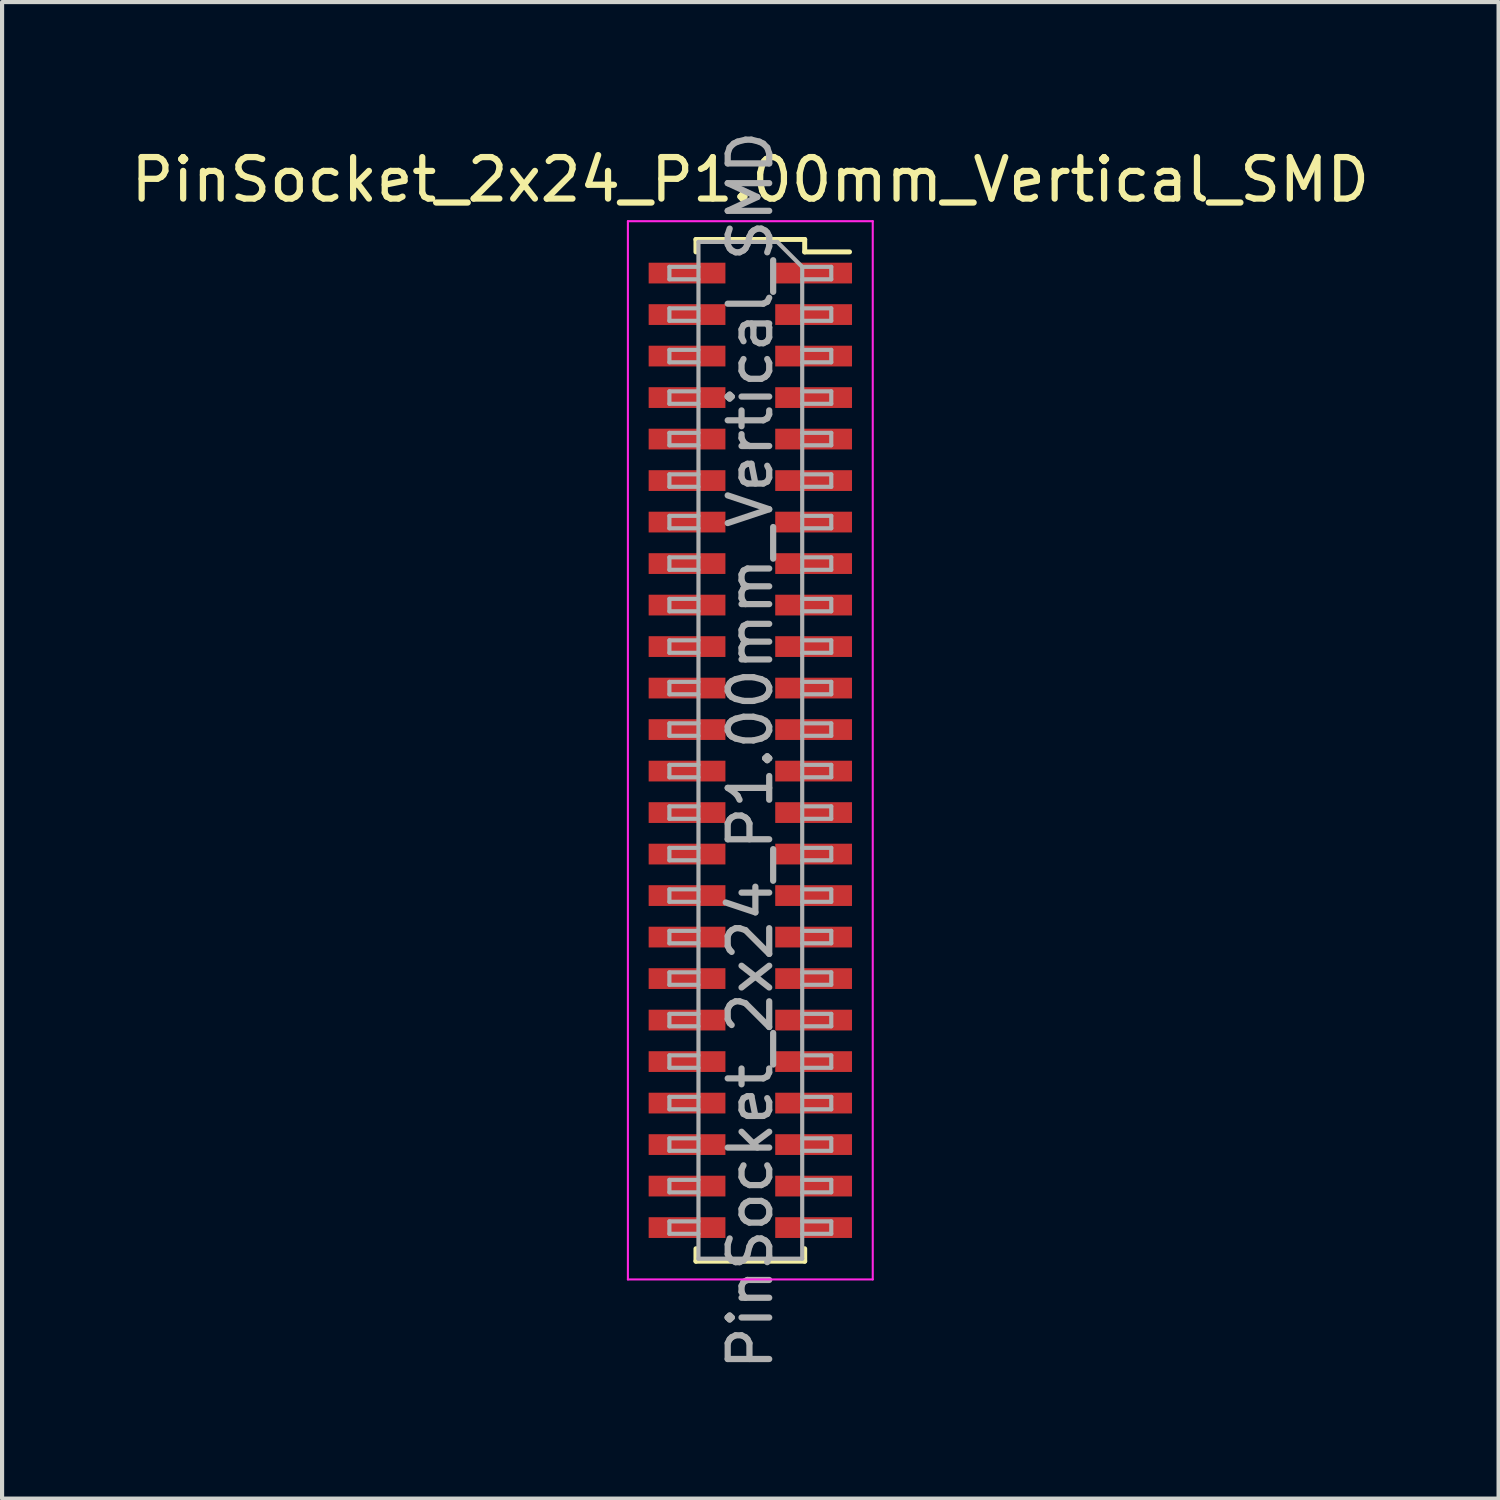
<source format=kicad_pcb>
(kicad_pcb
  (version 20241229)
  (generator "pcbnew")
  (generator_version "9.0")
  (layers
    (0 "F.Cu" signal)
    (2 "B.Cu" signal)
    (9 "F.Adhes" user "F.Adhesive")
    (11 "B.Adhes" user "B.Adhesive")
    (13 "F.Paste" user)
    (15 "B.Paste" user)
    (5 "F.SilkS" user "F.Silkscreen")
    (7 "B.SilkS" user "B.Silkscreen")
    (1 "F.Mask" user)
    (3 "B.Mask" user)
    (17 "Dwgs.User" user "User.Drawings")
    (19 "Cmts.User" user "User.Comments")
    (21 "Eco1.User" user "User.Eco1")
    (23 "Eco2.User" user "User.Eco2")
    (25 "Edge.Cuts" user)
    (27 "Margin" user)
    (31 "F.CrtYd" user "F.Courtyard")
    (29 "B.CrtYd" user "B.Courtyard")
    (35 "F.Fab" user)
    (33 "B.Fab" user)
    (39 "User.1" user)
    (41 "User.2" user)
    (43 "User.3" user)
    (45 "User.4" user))
  (footprint "PinSocket_2x24_P1.00mm_Vertical_SMD"
    (layer "F.Cu")
    (at 15.03 15.03)
    (property "Reference" "PinSocket_2x24_P1.00mm_Vertical_SMD" (at 0 -13.75 0) (layer "F.SilkS") (effects (font (size 1 1) (thickness 0.15))))
    (attr smd)
    (fp_line (start -1.31 -12.31) (end -1.31 -12.01) (stroke (width 0.12) (type solid)) (layer "F.SilkS"))
    (fp_line (start -1.31 -12.31) (end 1.31 -12.31) (stroke (width 0.12) (type solid)) (layer "F.SilkS"))
    (fp_line (start -1.31 12.01) (end -1.31 12.31) (stroke (width 0.12) (type solid)) (layer "F.SilkS"))
    (fp_line (start -1.31 12.31) (end 1.31 12.31) (stroke (width 0.12) (type solid)) (layer "F.SilkS"))
    (fp_line (start 1.31 -12.31) (end 1.31 -12.01) (stroke (width 0.12) (type solid)) (layer "F.SilkS"))
    (fp_line (start 1.31 -12.01) (end 2.39 -12.01) (stroke (width 0.12) (type solid)) (layer "F.SilkS"))
    (fp_line (start 1.31 12.01) (end 1.31 12.31) (stroke (width 0.12) (type solid)) (layer "F.SilkS"))
    (fp_line (start -2.95 -12.75) (end 2.95 -12.75) (stroke (width 0.05) (type solid)) (layer "F.CrtYd"))
    (fp_line (start -2.95 12.75) (end -2.95 -12.75) (stroke (width 0.05) (type solid)) (layer "F.CrtYd"))
    (fp_line (start 2.95 -12.75) (end 2.95 12.75) (stroke (width 0.05) (type solid)) (layer "F.CrtYd"))
    (fp_line (start 2.95 12.75) (end -2.95 12.75) (stroke (width 0.05) (type solid)) (layer "F.CrtYd"))
    (fp_line (start -1.95 -11.65) (end -1.25 -11.65) (stroke (width 0.1) (type solid)) (layer "F.Fab"))
    (fp_line (start -1.95 -11.35) (end -1.95 -11.65) (stroke (width 0.1) (type solid)) (layer "F.Fab"))
    (fp_line (start -1.95 -10.65) (end -1.25 -10.65) (stroke (width 0.1) (type solid)) (layer "F.Fab"))
    (fp_line (start -1.95 -10.35) (end -1.95 -10.65) (stroke (width 0.1) (type solid)) (layer "F.Fab"))
    (fp_line (start -1.95 -9.65) (end -1.25 -9.65) (stroke (width 0.1) (type solid)) (layer "F.Fab"))
    (fp_line (start -1.95 -9.35) (end -1.95 -9.65) (stroke (width 0.1) (type solid)) (layer "F.Fab"))
    (fp_line (start -1.95 -8.65) (end -1.25 -8.65) (stroke (width 0.1) (type solid)) (layer "F.Fab"))
    (fp_line (start -1.95 -8.35) (end -1.95 -8.65) (stroke (width 0.1) (type solid)) (layer "F.Fab"))
    (fp_line (start -1.95 -7.65) (end -1.25 -7.65) (stroke (width 0.1) (type solid)) (layer "F.Fab"))
    (fp_line (start -1.95 -7.35) (end -1.95 -7.65) (stroke (width 0.1) (type solid)) (layer "F.Fab"))
    (fp_line (start -1.95 -6.65) (end -1.25 -6.65) (stroke (width 0.1) (type solid)) (layer "F.Fab"))
    (fp_line (start -1.95 -6.35) (end -1.95 -6.65) (stroke (width 0.1) (type solid)) (layer "F.Fab"))
    (fp_line (start -1.95 -5.65) (end -1.25 -5.65) (stroke (width 0.1) (type solid)) (layer "F.Fab"))
    (fp_line (start -1.95 -5.35) (end -1.95 -5.65) (stroke (width 0.1) (type solid)) (layer "F.Fab"))
    (fp_line (start -1.95 -4.65) (end -1.25 -4.65) (stroke (width 0.1) (type solid)) (layer "F.Fab"))
    (fp_line (start -1.95 -4.35) (end -1.95 -4.65) (stroke (width 0.1) (type solid)) (layer "F.Fab"))
    (fp_line (start -1.95 -3.65) (end -1.25 -3.65) (stroke (width 0.1) (type solid)) (layer "F.Fab"))
    (fp_line (start -1.95 -3.35) (end -1.95 -3.65) (stroke (width 0.1) (type solid)) (layer "F.Fab"))
    (fp_line (start -1.95 -2.65) (end -1.25 -2.65) (stroke (width 0.1) (type solid)) (layer "F.Fab"))
    (fp_line (start -1.95 -2.35) (end -1.95 -2.65) (stroke (width 0.1) (type solid)) (layer "F.Fab"))
    (fp_line (start -1.95 -1.65) (end -1.25 -1.65) (stroke (width 0.1) (type solid)) (layer "F.Fab"))
    (fp_line (start -1.95 -1.35) (end -1.95 -1.65) (stroke (width 0.1) (type solid)) (layer "F.Fab"))
    (fp_line (start -1.95 -0.65) (end -1.25 -0.65) (stroke (width 0.1) (type solid)) (layer "F.Fab"))
    (fp_line (start -1.95 -0.35) (end -1.95 -0.65) (stroke (width 0.1) (type solid)) (layer "F.Fab"))
    (fp_line (start -1.95 0.35) (end -1.25 0.35) (stroke (width 0.1) (type solid)) (layer "F.Fab"))
    (fp_line (start -1.95 0.65) (end -1.95 0.35) (stroke (width 0.1) (type solid)) (layer "F.Fab"))
    (fp_line (start -1.95 1.35) (end -1.25 1.35) (stroke (width 0.1) (type solid)) (layer "F.Fab"))
    (fp_line (start -1.95 1.65) (end -1.95 1.35) (stroke (width 0.1) (type solid)) (layer "F.Fab"))
    (fp_line (start -1.95 2.35) (end -1.25 2.35) (stroke (width 0.1) (type solid)) (layer "F.Fab"))
    (fp_line (start -1.95 2.65) (end -1.95 2.35) (stroke (width 0.1) (type solid)) (layer "F.Fab"))
    (fp_line (start -1.95 3.35) (end -1.25 3.35) (stroke (width 0.1) (type solid)) (layer "F.Fab"))
    (fp_line (start -1.95 3.65) (end -1.95 3.35) (stroke (width 0.1) (type solid)) (layer "F.Fab"))
    (fp_line (start -1.95 4.35) (end -1.25 4.35) (stroke (width 0.1) (type solid)) (layer "F.Fab"))
    (fp_line (start -1.95 4.65) (end -1.95 4.35) (stroke (width 0.1) (type solid)) (layer "F.Fab"))
    (fp_line (start -1.95 5.35) (end -1.25 5.35) (stroke (width 0.1) (type solid)) (layer "F.Fab"))
    (fp_line (start -1.95 5.65) (end -1.95 5.35) (stroke (width 0.1) (type solid)) (layer "F.Fab"))
    (fp_line (start -1.95 6.35) (end -1.25 6.35) (stroke (width 0.1) (type solid)) (layer "F.Fab"))
    (fp_line (start -1.95 6.65) (end -1.95 6.35) (stroke (width 0.1) (type solid)) (layer "F.Fab"))
    (fp_line (start -1.95 7.35) (end -1.25 7.35) (stroke (width 0.1) (type solid)) (layer "F.Fab"))
    (fp_line (start -1.95 7.65) (end -1.95 7.35) (stroke (width 0.1) (type solid)) (layer "F.Fab"))
    (fp_line (start -1.95 8.35) (end -1.25 8.35) (stroke (width 0.1) (type solid)) (layer "F.Fab"))
    (fp_line (start -1.95 8.65) (end -1.95 8.35) (stroke (width 0.1) (type solid)) (layer "F.Fab"))
    (fp_line (start -1.95 9.35) (end -1.25 9.35) (stroke (width 0.1) (type solid)) (layer "F.Fab"))
    (fp_line (start -1.95 9.65) (end -1.95 9.35) (stroke (width 0.1) (type solid)) (layer "F.Fab"))
    (fp_line (start -1.95 10.35) (end -1.25 10.35) (stroke (width 0.1) (type solid)) (layer "F.Fab"))
    (fp_line (start -1.95 10.65) (end -1.95 10.35) (stroke (width 0.1) (type solid)) (layer "F.Fab"))
    (fp_line (start -1.95 11.35) (end -1.25 11.35) (stroke (width 0.1) (type solid)) (layer "F.Fab"))
    (fp_line (start -1.95 11.65) (end -1.95 11.35) (stroke (width 0.1) (type solid)) (layer "F.Fab"))
    (fp_line (start -1.25 -12.25) (end 0.65 -12.25) (stroke (width 0.1) (type solid)) (layer "F.Fab"))
    (fp_line (start -1.25 -11.35) (end -1.95 -11.35) (stroke (width 0.1) (type solid)) (layer "F.Fab"))
    (fp_line (start -1.25 -10.35) (end -1.95 -10.35) (stroke (width 0.1) (type solid)) (layer "F.Fab"))
    (fp_line (start -1.25 -9.35) (end -1.95 -9.35) (stroke (width 0.1) (type solid)) (layer "F.Fab"))
    (fp_line (start -1.25 -8.35) (end -1.95 -8.35) (stroke (width 0.1) (type solid)) (layer "F.Fab"))
    (fp_line (start -1.25 -7.35) (end -1.95 -7.35) (stroke (width 0.1) (type solid)) (layer "F.Fab"))
    (fp_line (start -1.25 -6.35) (end -1.95 -6.35) (stroke (width 0.1) (type solid)) (layer "F.Fab"))
    (fp_line (start -1.25 -5.35) (end -1.95 -5.35) (stroke (width 0.1) (type solid)) (layer "F.Fab"))
    (fp_line (start -1.25 -4.35) (end -1.95 -4.35) (stroke (width 0.1) (type solid)) (layer "F.Fab"))
    (fp_line (start -1.25 -3.35) (end -1.95 -3.35) (stroke (width 0.1) (type solid)) (layer "F.Fab"))
    (fp_line (start -1.25 -2.35) (end -1.95 -2.35) (stroke (width 0.1) (type solid)) (layer "F.Fab"))
    (fp_line (start -1.25 -1.35) (end -1.95 -1.35) (stroke (width 0.1) (type solid)) (layer "F.Fab"))
    (fp_line (start -1.25 -0.35) (end -1.95 -0.35) (stroke (width 0.1) (type solid)) (layer "F.Fab"))
    (fp_line (start -1.25 0.65) (end -1.95 0.65) (stroke (width 0.1) (type solid)) (layer "F.Fab"))
    (fp_line (start -1.25 1.65) (end -1.95 1.65) (stroke (width 0.1) (type solid)) (layer "F.Fab"))
    (fp_line (start -1.25 2.65) (end -1.95 2.65) (stroke (width 0.1) (type solid)) (layer "F.Fab"))
    (fp_line (start -1.25 3.65) (end -1.95 3.65) (stroke (width 0.1) (type solid)) (layer "F.Fab"))
    (fp_line (start -1.25 4.65) (end -1.95 4.65) (stroke (width 0.1) (type solid)) (layer "F.Fab"))
    (fp_line (start -1.25 5.65) (end -1.95 5.65) (stroke (width 0.1) (type solid)) (layer "F.Fab"))
    (fp_line (start -1.25 6.65) (end -1.95 6.65) (stroke (width 0.1) (type solid)) (layer "F.Fab"))
    (fp_line (start -1.25 7.65) (end -1.95 7.65) (stroke (width 0.1) (type solid)) (layer "F.Fab"))
    (fp_line (start -1.25 8.65) (end -1.95 8.65) (stroke (width 0.1) (type solid)) (layer "F.Fab"))
    (fp_line (start -1.25 9.65) (end -1.95 9.65) (stroke (width 0.1) (type solid)) (layer "F.Fab"))
    (fp_line (start -1.25 10.65) (end -1.95 10.65) (stroke (width 0.1) (type solid)) (layer "F.Fab"))
    (fp_line (start -1.25 11.65) (end -1.95 11.65) (stroke (width 0.1) (type solid)) (layer "F.Fab"))
    (fp_line (start -1.25 12.25) (end -1.25 -12.25) (stroke (width 0.1) (type solid)) (layer "F.Fab"))
    (fp_line (start 0.65 -12.25) (end 1.25 -11.65) (stroke (width 0.1) (type solid)) (layer "F.Fab"))
    (fp_line (start 1.25 -11.65) (end 1.25 12.25) (stroke (width 0.1) (type solid)) (layer "F.Fab"))
    (fp_line (start 1.25 -11.65) (end 1.95 -11.65) (stroke (width 0.1) (type solid)) (layer "F.Fab"))
    (fp_line (start 1.25 -10.65) (end 1.95 -10.65) (stroke (width 0.1) (type solid)) (layer "F.Fab"))
    (fp_line (start 1.25 -9.65) (end 1.95 -9.65) (stroke (width 0.1) (type solid)) (layer "F.Fab"))
    (fp_line (start 1.25 -8.65) (end 1.95 -8.65) (stroke (width 0.1) (type solid)) (layer "F.Fab"))
    (fp_line (start 1.25 -7.65) (end 1.95 -7.65) (stroke (width 0.1) (type solid)) (layer "F.Fab"))
    (fp_line (start 1.25 -6.65) (end 1.95 -6.65) (stroke (width 0.1) (type solid)) (layer "F.Fab"))
    (fp_line (start 1.25 -5.65) (end 1.95 -5.65) (stroke (width 0.1) (type solid)) (layer "F.Fab"))
    (fp_line (start 1.25 -4.65) (end 1.95 -4.65) (stroke (width 0.1) (type solid)) (layer "F.Fab"))
    (fp_line (start 1.25 -3.65) (end 1.95 -3.65) (stroke (width 0.1) (type solid)) (layer "F.Fab"))
    (fp_line (start 1.25 -2.65) (end 1.95 -2.65) (stroke (width 0.1) (type solid)) (layer "F.Fab"))
    (fp_line (start 1.25 -1.65) (end 1.95 -1.65) (stroke (width 0.1) (type solid)) (layer "F.Fab"))
    (fp_line (start 1.25 -0.65) (end 1.95 -0.65) (stroke (width 0.1) (type solid)) (layer "F.Fab"))
    (fp_line (start 1.25 0.35) (end 1.95 0.35) (stroke (width 0.1) (type solid)) (layer "F.Fab"))
    (fp_line (start 1.25 1.35) (end 1.95 1.35) (stroke (width 0.1) (type solid)) (layer "F.Fab"))
    (fp_line (start 1.25 2.35) (end 1.95 2.35) (stroke (width 0.1) (type solid)) (layer "F.Fab"))
    (fp_line (start 1.25 3.35) (end 1.95 3.35) (stroke (width 0.1) (type solid)) (layer "F.Fab"))
    (fp_line (start 1.25 4.35) (end 1.95 4.35) (stroke (width 0.1) (type solid)) (layer "F.Fab"))
    (fp_line (start 1.25 5.35) (end 1.95 5.35) (stroke (width 0.1) (type solid)) (layer "F.Fab"))
    (fp_line (start 1.25 6.35) (end 1.95 6.35) (stroke (width 0.1) (type solid)) (layer "F.Fab"))
    (fp_line (start 1.25 7.35) (end 1.95 7.35) (stroke (width 0.1) (type solid)) (layer "F.Fab"))
    (fp_line (start 1.25 8.35) (end 1.95 8.35) (stroke (width 0.1) (type solid)) (layer "F.Fab"))
    (fp_line (start 1.25 9.35) (end 1.95 9.35) (stroke (width 0.1) (type solid)) (layer "F.Fab"))
    (fp_line (start 1.25 10.35) (end 1.95 10.35) (stroke (width 0.1) (type solid)) (layer "F.Fab"))
    (fp_line (start 1.25 11.35) (end 1.95 11.35) (stroke (width 0.1) (type solid)) (layer "F.Fab"))
    (fp_line (start 1.25 12.25) (end -1.25 12.25) (stroke (width 0.1) (type solid)) (layer "F.Fab"))
    (fp_line (start 1.95 -11.65) (end 1.95 -11.35) (stroke (width 0.1) (type solid)) (layer "F.Fab"))
    (fp_line (start 1.95 -11.35) (end 1.25 -11.35) (stroke (width 0.1) (type solid)) (layer "F.Fab"))
    (fp_line (start 1.95 -10.65) (end 1.95 -10.35) (stroke (width 0.1) (type solid)) (layer "F.Fab"))
    (fp_line (start 1.95 -10.35) (end 1.25 -10.35) (stroke (width 0.1) (type solid)) (layer "F.Fab"))
    (fp_line (start 1.95 -9.65) (end 1.95 -9.35) (stroke (width 0.1) (type solid)) (layer "F.Fab"))
    (fp_line (start 1.95 -9.35) (end 1.25 -9.35) (stroke (width 0.1) (type solid)) (layer "F.Fab"))
    (fp_line (start 1.95 -8.65) (end 1.95 -8.35) (stroke (width 0.1) (type solid)) (layer "F.Fab"))
    (fp_line (start 1.95 -8.35) (end 1.25 -8.35) (stroke (width 0.1) (type solid)) (layer "F.Fab"))
    (fp_line (start 1.95 -7.65) (end 1.95 -7.35) (stroke (width 0.1) (type solid)) (layer "F.Fab"))
    (fp_line (start 1.95 -7.35) (end 1.25 -7.35) (stroke (width 0.1) (type solid)) (layer "F.Fab"))
    (fp_line (start 1.95 -6.65) (end 1.95 -6.35) (stroke (width 0.1) (type solid)) (layer "F.Fab"))
    (fp_line (start 1.95 -6.35) (end 1.25 -6.35) (stroke (width 0.1) (type solid)) (layer "F.Fab"))
    (fp_line (start 1.95 -5.65) (end 1.95 -5.35) (stroke (width 0.1) (type solid)) (layer "F.Fab"))
    (fp_line (start 1.95 -5.35) (end 1.25 -5.35) (stroke (width 0.1) (type solid)) (layer "F.Fab"))
    (fp_line (start 1.95 -4.65) (end 1.95 -4.35) (stroke (width 0.1) (type solid)) (layer "F.Fab"))
    (fp_line (start 1.95 -4.35) (end 1.25 -4.35) (stroke (width 0.1) (type solid)) (layer "F.Fab"))
    (fp_line (start 1.95 -3.65) (end 1.95 -3.35) (stroke (width 0.1) (type solid)) (layer "F.Fab"))
    (fp_line (start 1.95 -3.35) (end 1.25 -3.35) (stroke (width 0.1) (type solid)) (layer "F.Fab"))
    (fp_line (start 1.95 -2.65) (end 1.95 -2.35) (stroke (width 0.1) (type solid)) (layer "F.Fab"))
    (fp_line (start 1.95 -2.35) (end 1.25 -2.35) (stroke (width 0.1) (type solid)) (layer "F.Fab"))
    (fp_line (start 1.95 -1.65) (end 1.95 -1.35) (stroke (width 0.1) (type solid)) (layer "F.Fab"))
    (fp_line (start 1.95 -1.35) (end 1.25 -1.35) (stroke (width 0.1) (type solid)) (layer "F.Fab"))
    (fp_line (start 1.95 -0.65) (end 1.95 -0.35) (stroke (width 0.1) (type solid)) (layer "F.Fab"))
    (fp_line (start 1.95 -0.35) (end 1.25 -0.35) (stroke (width 0.1) (type solid)) (layer "F.Fab"))
    (fp_line (start 1.95 0.35) (end 1.95 0.65) (stroke (width 0.1) (type solid)) (layer "F.Fab"))
    (fp_line (start 1.95 0.65) (end 1.25 0.65) (stroke (width 0.1) (type solid)) (layer "F.Fab"))
    (fp_line (start 1.95 1.35) (end 1.95 1.65) (stroke (width 0.1) (type solid)) (layer "F.Fab"))
    (fp_line (start 1.95 1.65) (end 1.25 1.65) (stroke (width 0.1) (type solid)) (layer "F.Fab"))
    (fp_line (start 1.95 2.35) (end 1.95 2.65) (stroke (width 0.1) (type solid)) (layer "F.Fab"))
    (fp_line (start 1.95 2.65) (end 1.25 2.65) (stroke (width 0.1) (type solid)) (layer "F.Fab"))
    (fp_line (start 1.95 3.35) (end 1.95 3.65) (stroke (width 0.1) (type solid)) (layer "F.Fab"))
    (fp_line (start 1.95 3.65) (end 1.25 3.65) (stroke (width 0.1) (type solid)) (layer "F.Fab"))
    (fp_line (start 1.95 4.35) (end 1.95 4.65) (stroke (width 0.1) (type solid)) (layer "F.Fab"))
    (fp_line (start 1.95 4.65) (end 1.25 4.65) (stroke (width 0.1) (type solid)) (layer "F.Fab"))
    (fp_line (start 1.95 5.35) (end 1.95 5.65) (stroke (width 0.1) (type solid)) (layer "F.Fab"))
    (fp_line (start 1.95 5.65) (end 1.25 5.65) (stroke (width 0.1) (type solid)) (layer "F.Fab"))
    (fp_line (start 1.95 6.35) (end 1.95 6.65) (stroke (width 0.1) (type solid)) (layer "F.Fab"))
    (fp_line (start 1.95 6.65) (end 1.25 6.65) (stroke (width 0.1) (type solid)) (layer "F.Fab"))
    (fp_line (start 1.95 7.35) (end 1.95 7.65) (stroke (width 0.1) (type solid)) (layer "F.Fab"))
    (fp_line (start 1.95 7.65) (end 1.25 7.65) (stroke (width 0.1) (type solid)) (layer "F.Fab"))
    (fp_line (start 1.95 8.35) (end 1.95 8.65) (stroke (width 0.1) (type solid)) (layer "F.Fab"))
    (fp_line (start 1.95 8.65) (end 1.25 8.65) (stroke (width 0.1) (type solid)) (layer "F.Fab"))
    (fp_line (start 1.95 9.35) (end 1.95 9.65) (stroke (width 0.1) (type solid)) (layer "F.Fab"))
    (fp_line (start 1.95 9.65) (end 1.25 9.65) (stroke (width 0.1) (type solid)) (layer "F.Fab"))
    (fp_line (start 1.95 10.35) (end 1.95 10.65) (stroke (width 0.1) (type solid)) (layer "F.Fab"))
    (fp_line (start 1.95 10.65) (end 1.25 10.65) (stroke (width 0.1) (type solid)) (layer "F.Fab"))
    (fp_line (start 1.95 11.35) (end 1.95 11.65) (stroke (width 0.1) (type solid)) (layer "F.Fab"))
    (fp_line (start 1.95 11.65) (end 1.25 11.65) (stroke (width 0.1) (type solid)) (layer "F.Fab"))
    (fp_text user "${REFERENCE}" (at 0 0 90) (layer "F.Fab") (effects (font (size 1 1) (thickness 0.15))))
    (pad "1" smd rect (at 1.525 -11.5) (size 1.85 0.5) (layers "F.Cu" "F.Mask" "F.Paste"))
    (pad "2" smd rect (at -1.525 -11.5) (size 1.85 0.5) (layers "F.Cu" "F.Mask" "F.Paste"))
    (pad "3" smd rect (at 1.525 -10.5) (size 1.85 0.5) (layers "F.Cu" "F.Mask" "F.Paste"))
    (pad "4" smd rect (at -1.525 -10.5) (size 1.85 0.5) (layers "F.Cu" "F.Mask" "F.Paste"))
    (pad "5" smd rect (at 1.525 -9.5) (size 1.85 0.5) (layers "F.Cu" "F.Mask" "F.Paste"))
    (pad "6" smd rect (at -1.525 -9.5) (size 1.85 0.5) (layers "F.Cu" "F.Mask" "F.Paste"))
    (pad "7" smd rect (at 1.525 -8.5) (size 1.85 0.5) (layers "F.Cu" "F.Mask" "F.Paste"))
    (pad "8" smd rect (at -1.525 -8.5) (size 1.85 0.5) (layers "F.Cu" "F.Mask" "F.Paste"))
    (pad "9" smd rect (at 1.525 -7.5) (size 1.85 0.5) (layers "F.Cu" "F.Mask" "F.Paste"))
    (pad "10" smd rect (at -1.525 -7.5) (size 1.85 0.5) (layers "F.Cu" "F.Mask" "F.Paste"))
    (pad "11" smd rect (at 1.525 -6.5) (size 1.85 0.5) (layers "F.Cu" "F.Mask" "F.Paste"))
    (pad "12" smd rect (at -1.525 -6.5) (size 1.85 0.5) (layers "F.Cu" "F.Mask" "F.Paste"))
    (pad "13" smd rect (at 1.525 -5.5) (size 1.85 0.5) (layers "F.Cu" "F.Mask" "F.Paste"))
    (pad "14" smd rect (at -1.525 -5.5) (size 1.85 0.5) (layers "F.Cu" "F.Mask" "F.Paste"))
    (pad "15" smd rect (at 1.525 -4.5) (size 1.85 0.5) (layers "F.Cu" "F.Mask" "F.Paste"))
    (pad "16" smd rect (at -1.525 -4.5) (size 1.85 0.5) (layers "F.Cu" "F.Mask" "F.Paste"))
    (pad "17" smd rect (at 1.525 -3.5) (size 1.85 0.5) (layers "F.Cu" "F.Mask" "F.Paste"))
    (pad "18" smd rect (at -1.525 -3.5) (size 1.85 0.5) (layers "F.Cu" "F.Mask" "F.Paste"))
    (pad "19" smd rect (at 1.525 -2.5) (size 1.85 0.5) (layers "F.Cu" "F.Mask" "F.Paste"))
    (pad "20" smd rect (at -1.525 -2.5) (size 1.85 0.5) (layers "F.Cu" "F.Mask" "F.Paste"))
    (pad "21" smd rect (at 1.525 -1.5) (size 1.85 0.5) (layers "F.Cu" "F.Mask" "F.Paste"))
    (pad "22" smd rect (at -1.525 -1.5) (size 1.85 0.5) (layers "F.Cu" "F.Mask" "F.Paste"))
    (pad "23" smd rect (at 1.525 -0.5) (size 1.85 0.5) (layers "F.Cu" "F.Mask" "F.Paste"))
    (pad "24" smd rect (at -1.525 -0.5) (size 1.85 0.5) (layers "F.Cu" "F.Mask" "F.Paste"))
    (pad "25" smd rect (at 1.525 0.5) (size 1.85 0.5) (layers "F.Cu" "F.Mask" "F.Paste"))
    (pad "26" smd rect (at -1.525 0.5) (size 1.85 0.5) (layers "F.Cu" "F.Mask" "F.Paste"))
    (pad "27" smd rect (at 1.525 1.5) (size 1.85 0.5) (layers "F.Cu" "F.Mask" "F.Paste"))
    (pad "28" smd rect (at -1.525 1.5) (size 1.85 0.5) (layers "F.Cu" "F.Mask" "F.Paste"))
    (pad "29" smd rect (at 1.525 2.5) (size 1.85 0.5) (layers "F.Cu" "F.Mask" "F.Paste"))
    (pad "30" smd rect (at -1.525 2.5) (size 1.85 0.5) (layers "F.Cu" "F.Mask" "F.Paste"))
    (pad "31" smd rect (at 1.525 3.5) (size 1.85 0.5) (layers "F.Cu" "F.Mask" "F.Paste"))
    (pad "32" smd rect (at -1.525 3.5) (size 1.85 0.5) (layers "F.Cu" "F.Mask" "F.Paste"))
    (pad "33" smd rect (at 1.525 4.5) (size 1.85 0.5) (layers "F.Cu" "F.Mask" "F.Paste"))
    (pad "34" smd rect (at -1.525 4.5) (size 1.85 0.5) (layers "F.Cu" "F.Mask" "F.Paste"))
    (pad "35" smd rect (at 1.525 5.5) (size 1.85 0.5) (layers "F.Cu" "F.Mask" "F.Paste"))
    (pad "36" smd rect (at -1.525 5.5) (size 1.85 0.5) (layers "F.Cu" "F.Mask" "F.Paste"))
    (pad "37" smd rect (at 1.525 6.5) (size 1.85 0.5) (layers "F.Cu" "F.Mask" "F.Paste"))
    (pad "38" smd rect (at -1.525 6.5) (size 1.85 0.5) (layers "F.Cu" "F.Mask" "F.Paste"))
    (pad "39" smd rect (at 1.525 7.5) (size 1.85 0.5) (layers "F.Cu" "F.Mask" "F.Paste"))
    (pad "40" smd rect (at -1.525 7.5) (size 1.85 0.5) (layers "F.Cu" "F.Mask" "F.Paste"))
    (pad "41" smd rect (at 1.525 8.5) (size 1.85 0.5) (layers "F.Cu" "F.Mask" "F.Paste"))
    (pad "42" smd rect (at -1.525 8.5) (size 1.85 0.5) (layers "F.Cu" "F.Mask" "F.Paste"))
    (pad "43" smd rect (at 1.525 9.5) (size 1.85 0.5) (layers "F.Cu" "F.Mask" "F.Paste"))
    (pad "44" smd rect (at -1.525 9.5) (size 1.85 0.5) (layers "F.Cu" "F.Mask" "F.Paste"))
    (pad "45" smd rect (at 1.525 10.5) (size 1.85 0.5) (layers "F.Cu" "F.Mask" "F.Paste"))
    (pad "46" smd rect (at -1.525 10.5) (size 1.85 0.5) (layers "F.Cu" "F.Mask" "F.Paste"))
    (pad "47" smd rect (at 1.525 11.5) (size 1.85 0.5) (layers "F.Cu" "F.Mask" "F.Paste"))
    (pad "48" smd rect (at -1.525 11.5) (size 1.85 0.5) (layers "F.Cu" "F.Mask" "F.Paste")))
  (gr_rect
    (start -3 -3)
    (end 33.06 33.06)
    (stroke (width 0.1) (type default))
    (fill no)
    (layer "Edge.Cuts")))
</source>
